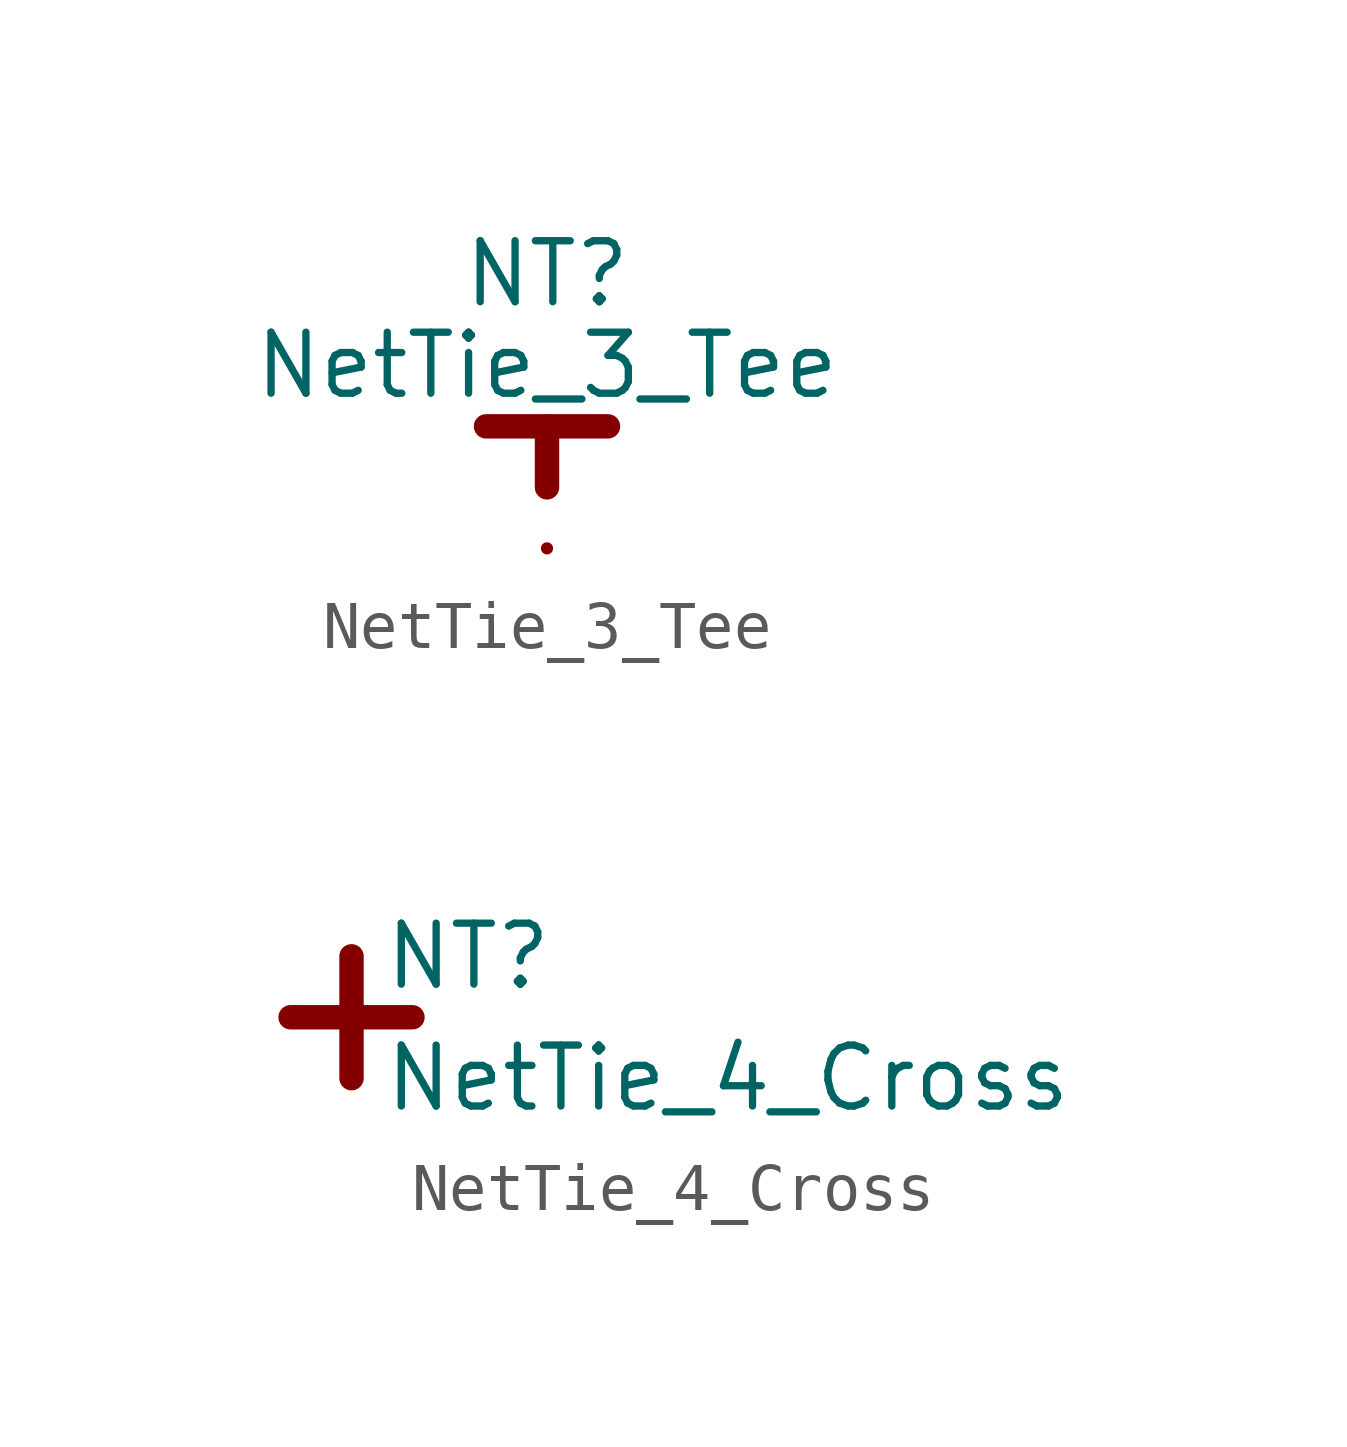
<source format=kicad_sym>
(kicad_symbol_lib
  (version 20220914)
  (generator kicad_symbol_editor)
  (symbol "NetTie_3_Tee"
    (pin_numbers hide)
    (pin_names
      (offset 0) hide)
    (property "Reference" "NT"
      (at 0 3.175 0)
      (effects (font (size 1.27 1.27))))
    (property "Value" "NetTie_3_Tee"
      (at 0 1.27 0)
      (effects (font (size 1.27 1.27))))
    (symbol "NetTie_3_Tee_0_1"
      (polyline (pts (xy -1.27 0) (xy 1.27 0)) (stroke (width 0.254) (type default)) (fill (type none)))
      (polyline (pts (xy -1.27 0) (xy 1.27 0)) (stroke (width 0.508) (type default)) (fill (type none)))
      (polyline (pts (xy 0 -2.54) (xy 0 -2.54)) (stroke (width 0.254) (type default)) (fill (type none)))
      (polyline (pts (xy 0 -1.27) (xy 0 0)) (stroke (width 0.508) (type default)) (fill (type none))))
    (symbol "NetTie_3_Tee_1_1"
      (pin passive line (at -1.27 0 0) (length 1.27) (name "1" (effects (font (size 1.27 1.27)))) (number "1" (effects (font (size 1.27 1.27)))))
      (pin passive line (at 1.27 0 180) (length 1.27) (name "2" (effects (font (size 1.27 1.27)))) (number "2" (effects (font (size 1.27 1.27)))))
      (pin passive line (at 0 -1.27 90) (length 1.27) (name "3" (effects (font (size 1.27 1.27)))) (number "3" (effects (font (size 1.27 1.27)))))))
  (symbol "NetTie_4_Cross"
    (pin_numbers hide)
    (pin_names
      (offset 0) hide)
    (property "Reference" "NT"
      (at 0.635 1.27 0)
      (effects (font (size 1.27 1.27)) (justify left)))
    (property "Value" "NetTie_4_Cross"
      (at 0.635 -1.27 0)
      (effects (font (size 1.27 1.27)) (justify left)))
    (symbol "NetTie_4_Cross_0_1"
      (polyline (pts (xy -1.27 0) (xy 1.27 0)) (stroke (width 0.508) (type default)) (fill (type none)))
      (polyline (pts (xy 0 -1.27) (xy 0 1.27)) (stroke (width 0.508) (type default)) (fill (type none))))
    (symbol "NetTie_4_Cross_1_1"
      (pin passive line (at -1.27 0 0) (length 1.27) (name "1" (effects (font (size 1.27 1.27)))) (number "1" (effects (font (size 1.27 1.27)))))
      (pin passive line (at 1.27 0 180) (length 1.27) (name "2" (effects (font (size 1.27 1.27)))) (number "2" (effects (font (size 1.27 1.27)))))
      (pin passive line (at 0 1.27 270) (length 1.27) (name "3" (effects (font (size 1.27 1.27)))) (number "3" (effects (font (size 1.27 1.27)))))
      (pin passive line (at 0 -1.27 90) (length 1.27) (name "4" (effects (font (size 1.27 1.27)))) (number "4" (effects (font (size 1.27 1.27))))))))
</source>
